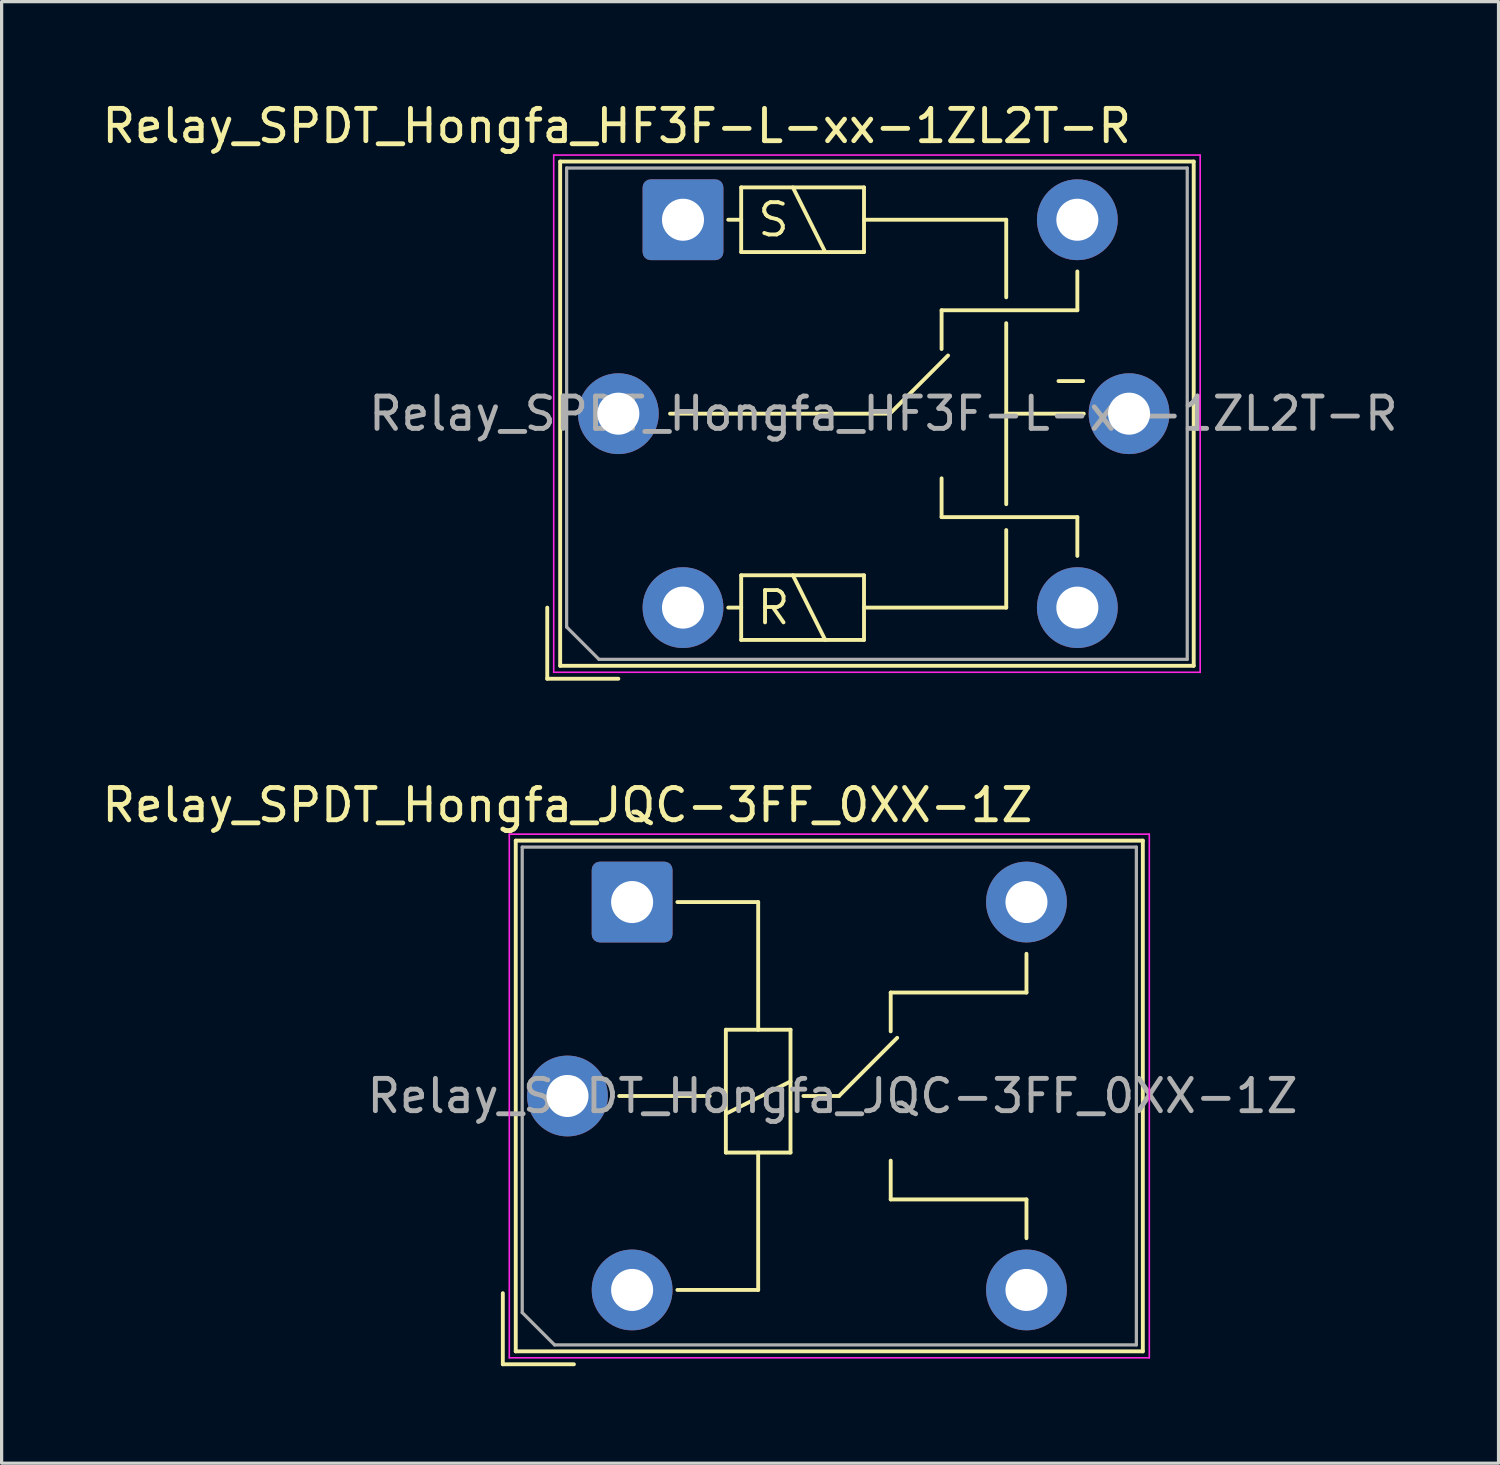
<source format=kicad_pcb>
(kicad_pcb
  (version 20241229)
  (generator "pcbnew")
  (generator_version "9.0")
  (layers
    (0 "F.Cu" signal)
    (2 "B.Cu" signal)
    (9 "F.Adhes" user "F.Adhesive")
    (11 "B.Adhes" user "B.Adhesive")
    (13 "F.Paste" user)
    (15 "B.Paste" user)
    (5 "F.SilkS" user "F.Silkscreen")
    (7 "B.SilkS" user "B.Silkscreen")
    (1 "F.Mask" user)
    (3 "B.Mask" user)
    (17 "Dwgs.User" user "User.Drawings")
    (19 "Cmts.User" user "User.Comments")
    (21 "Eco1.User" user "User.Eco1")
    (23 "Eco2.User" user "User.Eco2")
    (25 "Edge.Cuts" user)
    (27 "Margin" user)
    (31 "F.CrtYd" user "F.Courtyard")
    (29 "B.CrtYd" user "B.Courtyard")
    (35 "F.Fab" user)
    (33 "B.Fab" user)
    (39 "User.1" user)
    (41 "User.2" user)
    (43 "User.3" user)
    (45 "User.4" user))
  (footprint "Relay_SPDT_Hongfa_JQC-3FF_0XX-1Z"
    (layer "F.Cu")
    (at 16.506 24.857)
    (property "Reference" "Relay_SPDT_Hongfa_JQC-3FF_0XX-1Z" (at -2 -3 0) (layer "F.SilkS") (effects (font (size 1 1) (thickness 0.15))))
    (attr through_hole)
    (fp_line (start -4 12.1) (end -4 14.3) (stroke (width 0.12) (type solid)) (layer "F.SilkS"))
    (fp_line (start -4 14.3) (end -1.8 14.3) (stroke (width 0.12) (type solid)) (layer "F.SilkS"))
    (fp_line (start -3.6 -1.9) (end -3.6 13.9) (stroke (width 0.12) (type solid)) (layer "F.SilkS"))
    (fp_line (start -3.6 13.9) (end 15.8 13.9) (stroke (width 0.12) (type solid)) (layer "F.SilkS"))
    (fp_line (start -0.4 6) (end 2.4 6) (stroke (width 0.12) (type solid)) (layer "F.SilkS"))
    (fp_line (start 2.9 3.95) (end 2.9 7.75) (stroke (width 0.12) (type solid)) (layer "F.SilkS"))
    (fp_line (start 2.9 7.75) (end 4.9 7.75) (stroke (width 0.12) (type solid)) (layer "F.SilkS"))
    (fp_line (start 3.9 0) (end 1.4 0) (stroke (width 0.12) (type solid)) (layer "F.SilkS"))
    (fp_line (start 3.9 3.95) (end 3.9 0) (stroke (width 0.12) (type default)) (layer "F.SilkS"))
    (fp_line (start 3.9 7.75) (end 3.9 12) (stroke (width 0.12) (type default)) (layer "F.SilkS"))
    (fp_line (start 3.9 12) (end 1.4 12) (stroke (width 0.12) (type solid)) (layer "F.SilkS"))
    (fp_line (start 4.9 3.95) (end 2.9 3.95) (stroke (width 0.12) (type solid)) (layer "F.SilkS"))
    (fp_line (start 4.9 5.55) (end 2.9 6.55) (stroke (width 0.12) (type solid)) (layer "F.SilkS"))
    (fp_line (start 4.9 7.75) (end 4.9 3.95) (stroke (width 0.12) (type solid)) (layer "F.SilkS"))
    (fp_line (start 6.4 6) (end 5.3 6) (stroke (width 0.12) (type default)) (layer "F.SilkS"))
    (fp_line (start 6.4 6) (end 8.2 4.2) (stroke (width 0.12) (type solid)) (layer "F.SilkS"))
    (fp_line (start 8 2.8) (end 8 4) (stroke (width 0.12) (type solid)) (layer "F.SilkS"))
    (fp_line (start 8 2.8) (end 12.2 2.8) (stroke (width 0.12) (type solid)) (layer "F.SilkS"))
    (fp_line (start 8 9.2) (end 8 8) (stroke (width 0.12) (type solid)) (layer "F.SilkS"))
    (fp_line (start 12.2 1.6) (end 12.2 2.8) (stroke (width 0.12) (type solid)) (layer "F.SilkS"))
    (fp_line (start 12.2 9.2) (end 8 9.2) (stroke (width 0.12) (type solid)) (layer "F.SilkS"))
    (fp_line (start 12.2 10.4) (end 12.2 9.2) (stroke (width 0.12) (type solid)) (layer "F.SilkS"))
    (fp_line (start 15.8 -1.9) (end -3.6 -1.9) (stroke (width 0.12) (type solid)) (layer "F.SilkS"))
    (fp_line (start 15.8 13.9) (end 15.8 -1.9) (stroke (width 0.12) (type solid)) (layer "F.SilkS"))
    (fp_line (start -3.8 -2.1) (end -3.8 14.1) (stroke (width 0.05) (type solid)) (layer "F.CrtYd"))
    (fp_line (start -3.8 14.1) (end 16 14.1) (stroke (width 0.05) (type solid)) (layer "F.CrtYd"))
    (fp_line (start 16 -2.1) (end -3.8 -2.1) (stroke (width 0.05) (type solid)) (layer "F.CrtYd"))
    (fp_line (start 16 14.1) (end 16 -2.1) (stroke (width 0.05) (type solid)) (layer "F.CrtYd"))
    (fp_line (start -3.4 -1.7) (end -3.4 12.7) (stroke (width 0.1) (type solid)) (layer "F.Fab"))
    (fp_line (start -3.4 12.7) (end -2.4 13.7) (stroke (width 0.1) (type solid)) (layer "F.Fab"))
    (fp_line (start -2.4 13.7) (end 15.6 13.7) (stroke (width 0.1) (type solid)) (layer "F.Fab"))
    (fp_line (start 15.6 -1.7) (end -3.4 -1.7) (stroke (width 0.1) (type solid)) (layer "F.Fab"))
    (fp_line (start 15.6 13.7) (end 15.6 -1.7) (stroke (width 0.1) (type solid)) (layer "F.Fab"))
    (fp_text user "${REFERENCE}" (at 6.2 6 0) (layer "F.Fab") (effects (font (size 1 1) (thickness 0.15))))
    (pad "11" thru_hole circle (at -2 6) (size 2.5 2.5) (drill 1.3) (layers "*.Cu" "*.Mask"))
    (pad "12" thru_hole circle (at 12.2 0) (size 2.5 2.5) (drill 1.3) (layers "*.Cu" "*.Mask"))
    (pad "14" thru_hole circle (at 12.2 12) (size 2.5 2.5) (drill 1.3) (layers "*.Cu" "*.Mask"))
    (pad "A1" thru_hole roundrect (at 0 0) (size 2.5 2.5) (drill 1.3) (layers "*.Cu" "*.Mask") (roundrect_rratio 0.1))
    (pad "A2" thru_hole circle (at 0 12) (size 2.5 2.5) (drill 1.3) (layers "*.Cu" "*.Mask")))
  (footprint "Relay_SPDT_Hongfa_HF3F-L-xx-1ZL2T-R"
    (layer "F.Cu")
    (at 18.08 3.748)
    (property "Reference" "Relay_SPDT_Hongfa_HF3F-L-xx-1ZL2T-R" (at -2.05 -2.9 0) (layer "F.SilkS") (effects (font (size 1 1) (thickness 0.15))))
    (attr through_hole)
    (fp_line (start -4.2 12) (end -4.2 14.2) (stroke (width 0.12) (type solid)) (layer "F.SilkS"))
    (fp_line (start -4.2 14.2) (end -2 14.2) (stroke (width 0.12) (type solid)) (layer "F.SilkS"))
    (fp_line (start -3.8 -1.8) (end -3.8 13.8) (stroke (width 0.12) (type solid)) (layer "F.SilkS"))
    (fp_line (start -3.8 13.8) (end 15.8 13.8) (stroke (width 0.12) (type solid)) (layer "F.SilkS"))
    (fp_line (start -0.4 6) (end 6.4 6) (stroke (width 0.12) (type solid)) (layer "F.SilkS"))
    (fp_line (start 1.8 -1) (end 1.8 1) (stroke (width 0.12) (type solid)) (layer "F.SilkS"))
    (fp_line (start 1.8 0) (end 1.4 0) (stroke (width 0.12) (type solid)) (layer "F.SilkS"))
    (fp_line (start 1.8 1) (end 5.6 1) (stroke (width 0.12) (type solid)) (layer "F.SilkS"))
    (fp_line (start 1.8 11) (end 1.8 13) (stroke (width 0.12) (type solid)) (layer "F.SilkS"))
    (fp_line (start 1.8 12) (end 1.4 12) (stroke (width 0.12) (type solid)) (layer "F.SilkS"))
    (fp_line (start 1.8 13) (end 5.6 13) (stroke (width 0.12) (type solid)) (layer "F.SilkS"))
    (fp_line (start 3.4 -1) (end 4.4 1) (stroke (width 0.12) (type solid)) (layer "F.SilkS"))
    (fp_line (start 3.4 11) (end 4.4 13) (stroke (width 0.12) (type solid)) (layer "F.SilkS"))
    (fp_line (start 5.6 -1) (end 1.8 -1) (stroke (width 0.12) (type solid)) (layer "F.SilkS"))
    (fp_line (start 5.6 0) (end 10 0) (stroke (width 0.12) (type solid)) (layer "F.SilkS"))
    (fp_line (start 5.6 1) (end 5.6 -1) (stroke (width 0.12) (type solid)) (layer "F.SilkS"))
    (fp_line (start 5.6 11) (end 1.8 11) (stroke (width 0.12) (type solid)) (layer "F.SilkS"))
    (fp_line (start 5.6 13) (end 5.6 11) (stroke (width 0.12) (type solid)) (layer "F.SilkS"))
    (fp_line (start 6.4 6) (end 8.2 4.2) (stroke (width 0.12) (type solid)) (layer "F.SilkS"))
    (fp_line (start 8 2.8) (end 8 4) (stroke (width 0.12) (type solid)) (layer "F.SilkS"))
    (fp_line (start 8 9.2) (end 8 8) (stroke (width 0.12) (type solid)) (layer "F.SilkS"))
    (fp_line (start 10 0) (end 10 2.4) (stroke (width 0.12) (type solid)) (layer "F.SilkS"))
    (fp_line (start 10 3.2) (end 10 8.8) (stroke (width 0.12) (type solid)) (layer "F.SilkS"))
    (fp_line (start 10 6) (end 12.4 6) (stroke (width 0.12) (type solid)) (layer "F.SilkS"))
    (fp_line (start 10 9.6) (end 10 12) (stroke (width 0.12) (type solid)) (layer "F.SilkS"))
    (fp_line (start 10 12) (end 5.6 12) (stroke (width 0.12) (type solid)) (layer "F.SilkS"))
    (fp_line (start 12.2 1.6) (end 12.2 2.8) (stroke (width 0.12) (type solid)) (layer "F.SilkS"))
    (fp_line (start 12.2 2.8) (end 8 2.8) (stroke (width 0.12) (type solid)) (layer "F.SilkS"))
    (fp_line (start 12.2 9.2) (end 8 9.2) (stroke (width 0.12) (type solid)) (layer "F.SilkS"))
    (fp_line (start 12.2 10.4) (end 12.2 9.2) (stroke (width 0.12) (type solid)) (layer "F.SilkS"))
    (fp_line (start 15.8 -1.8) (end -3.8 -1.8) (stroke (width 0.12) (type solid)) (layer "F.SilkS"))
    (fp_line (start 15.8 13.8) (end 15.8 -1.8) (stroke (width 0.12) (type solid)) (layer "F.SilkS"))
    (fp_line (start -4 -2) (end -4 14) (stroke (width 0.05) (type solid)) (layer "F.CrtYd"))
    (fp_line (start -4 14) (end 16 14) (stroke (width 0.05) (type solid)) (layer "F.CrtYd"))
    (fp_line (start 16 -2) (end -4 -2) (stroke (width 0.05) (type solid)) (layer "F.CrtYd"))
    (fp_line (start 16 14) (end 16 -2) (stroke (width 0.05) (type solid)) (layer "F.CrtYd"))
    (fp_line (start -3.6 -1.6) (end -3.6 12.6) (stroke (width 0.1) (type solid)) (layer "F.Fab"))
    (fp_line (start -3.6 12.6) (end -2.6 13.6) (stroke (width 0.1) (type solid)) (layer "F.Fab"))
    (fp_line (start -2.6 13.6) (end 15.6 13.6) (stroke (width 0.1) (type solid)) (layer "F.Fab"))
    (fp_line (start 15.6 -1.6) (end -3.6 -1.6) (stroke (width 0.1) (type solid)) (layer "F.Fab"))
    (fp_line (start 15.6 13.6) (end 15.6 -1.6) (stroke (width 0.1) (type solid)) (layer "F.Fab"))
    (fp_text user "-" (at 11.3 5.5 0) (unlocked yes) (layer "F.SilkS") (effects (font (size 1 1) (thickness 0.12)) (justify left bottom)))
    (fp_text user "S" (at 2.8 0 0) (layer "F.SilkS") (effects (font (size 1 1) (thickness 0.12))))
    (fp_text user "R" (at 2.8 12 180) (layer "F.SilkS") (effects (font (size 1 1) (thickness 0.12))))
    (fp_text user "${REFERENCE}" (at 6.2 6 0) (layer "F.Fab") (effects (font (size 1 1) (thickness 0.15))))
    (pad "11" thru_hole circle (at -2 6) (size 2.5 2.5) (drill 1.3) (layers "*.Cu" "*.Mask"))
    (pad "12" thru_hole circle (at 12.2 0) (size 2.5 2.5) (drill 1.3) (layers "*.Cu" "*.Mask"))
    (pad "14" thru_hole circle (at 12.2 12) (size 2.5 2.5) (drill 1.3) (layers "*.Cu" "*.Mask"))
    (pad "A1" thru_hole roundrect (at 0 0) (size 2.5 2.5) (drill 1.3) (layers "*.Cu" "*.Mask") (roundrect_rratio 0.1))
    (pad "A2" thru_hole circle (at 0 12) (size 2.5 2.5) (drill 1.3) (layers "*.Cu" "*.Mask"))
    (pad "A3" thru_hole circle (at 13.8 6) (size 2.5 2.5) (drill 1.3) (layers "*.Cu" "*.Mask")))
  (gr_rect
    (start -3 -3)
    (end 43.31 42.217)
    (stroke (width 0.1) (type default))
    (fill no)
    (layer "Edge.Cuts")))
</source>
